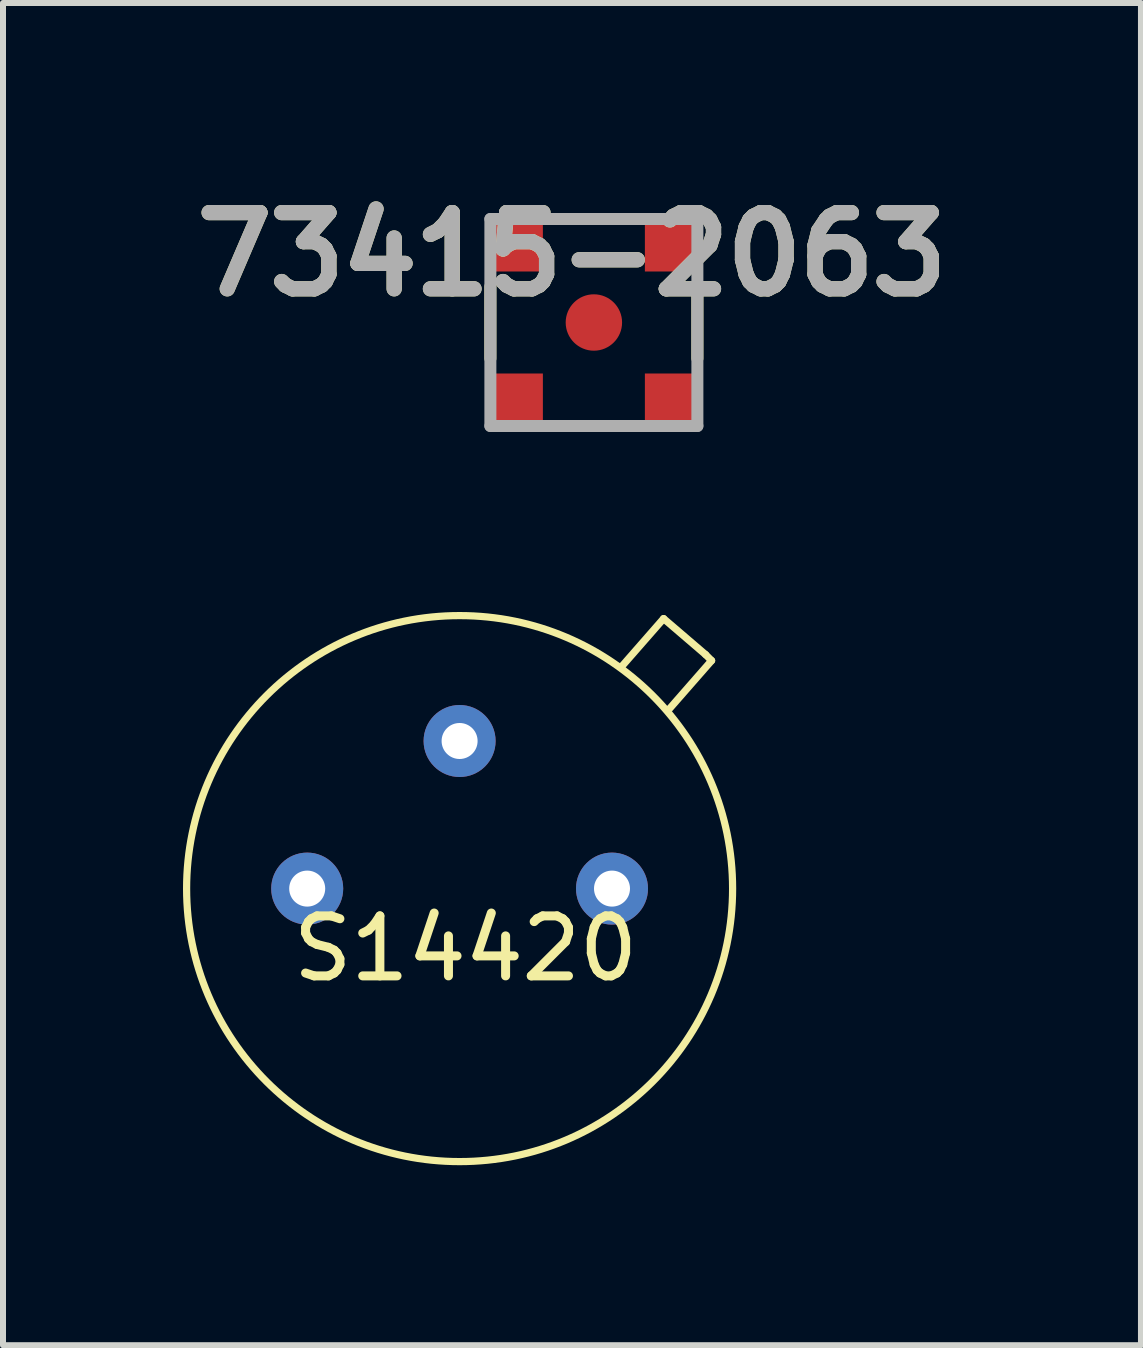
<source format=kicad_pcb>
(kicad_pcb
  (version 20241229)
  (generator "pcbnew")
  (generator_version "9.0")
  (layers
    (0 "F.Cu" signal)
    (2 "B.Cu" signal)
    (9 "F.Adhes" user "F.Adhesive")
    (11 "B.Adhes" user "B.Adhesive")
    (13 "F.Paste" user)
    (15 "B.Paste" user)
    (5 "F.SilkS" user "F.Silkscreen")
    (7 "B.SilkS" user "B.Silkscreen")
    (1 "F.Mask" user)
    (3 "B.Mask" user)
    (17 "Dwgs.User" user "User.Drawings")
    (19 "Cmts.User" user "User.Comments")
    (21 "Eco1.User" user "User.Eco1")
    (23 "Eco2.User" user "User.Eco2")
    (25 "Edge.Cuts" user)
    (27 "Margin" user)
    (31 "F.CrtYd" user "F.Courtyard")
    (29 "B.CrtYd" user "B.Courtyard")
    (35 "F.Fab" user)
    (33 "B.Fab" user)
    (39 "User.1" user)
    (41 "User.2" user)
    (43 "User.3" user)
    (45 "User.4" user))
  (footprint "73415-2063"
    (layer "F.Cu")
    (at 6.848 2.325)
    (property "Reference" "73415-2063" (at -0.365 -1.136 0) (layer "F.SilkS") (effects (font (size 1.27 1.27) (thickness 0.254))))
    (attr smd)
    (fp_line (start -1.725 -0.6) (end -1.725 0.6) (stroke (width 0.2) (type solid)) (layer "F.SilkS"))
    (fp_line (start -0.6 -1.725) (end 0.6 -1.725) (stroke (width 0.2) (type solid)) (layer "F.SilkS"))
    (fp_line (start -0.6 1.725) (end 0.6 1.725) (stroke (width 0.2) (type solid)) (layer "F.SilkS"))
    (fp_line (start 1.725 -0.6) (end 1.725 0.6) (stroke (width 0.2) (type solid)) (layer "F.SilkS"))
    (fp_line (start -1.725 -1.725) (end 1.725 -1.725) (stroke (width 0.2) (type solid)) (layer "F.Fab"))
    (fp_line (start -1.725 1.725) (end -1.725 -1.725) (stroke (width 0.2) (type solid)) (layer "F.Fab"))
    (fp_line (start 1.725 -1.725) (end 1.725 1.725) (stroke (width 0.2) (type solid)) (layer "F.Fab"))
    (fp_line (start 1.725 1.725) (end -1.725 1.725) (stroke (width 0.2) (type solid)) (layer "F.Fab"))
    (fp_text user "${REFERENCE}" (at -0.365 -1.136 0) (layer "F.Fab") (effects (font (size 1.27 1.27) (thickness 0.254))))
    (pad "1" smd circle (at 0 0 90) (size 0.94 0.94) (layers "F.Cu" "F.Mask" "F.Paste"))
    (pad "2" smd rect (at -1.32 1.32 90) (size 0.94 0.94) (layers "F.Cu" "F.Mask" "F.Paste"))
    (pad "3" smd rect (at 1.32 1.32 90) (size 0.94 0.94) (layers "F.Cu" "F.Mask" "F.Paste"))
    (pad "4" smd rect (at 1.32 -1.32 90) (size 0.94 0.94) (layers "F.Cu" "F.Mask" "F.Paste"))
    (pad "5" smd rect (at -1.32 -1.32 90) (size 0.94 0.94) (layers "F.Cu" "F.Mask" "F.Paste")))
  (footprint "S14420"
    (layer "F.Cu")
    (at 4.61 11.76)
    (property "Reference" "S14420" (at 0.1 1 0) (layer "F.SilkS") (effects (font (size 1 1) (thickness 0.15))))
    (attr through_hole)
    (fp_line (start 2.7 -3.7) (end 3.4 -4.5) (stroke (width 0.12) (type solid)) (layer "F.SilkS"))
    (fp_line (start 3.4 -4.5) (end 4.1 -3.9) (stroke (width 0.12) (type solid)) (layer "F.SilkS"))
    (fp_line (start 4.1 -3.9) (end 4.2 -3.8) (stroke (width 0.12) (type solid)) (layer "F.SilkS"))
    (fp_line (start 4.2 -3.8) (end 3.5 -3) (stroke (width 0.12) (type solid)) (layer "F.SilkS"))
    (fp_circle (center 0 0) (end 4.55 0) (stroke (width 0.12) (type solid)) (fill no) (layer "F.SilkS"))
    (pad "1" thru_hole circle (at 2.54 0) (size 1.2 1.2) (drill 0.6) (layers "*.Cu" "*.Mask"))
    (pad "2" thru_hole circle (at -2.54 0) (size 1.2 1.2) (drill 0.6) (layers "*.Cu" "*.Mask"))
    (pad "3" thru_hole circle (at 0 -2.46) (size 1.2 1.2) (drill 0.6) (layers "*.Cu" "*.Mask")))
  (gr_rect
    (start -3 -3)
    (end 15.966 19.37)
    (stroke (width 0.1) (type default))
    (fill no)
    (layer "Edge.Cuts")))
</source>
